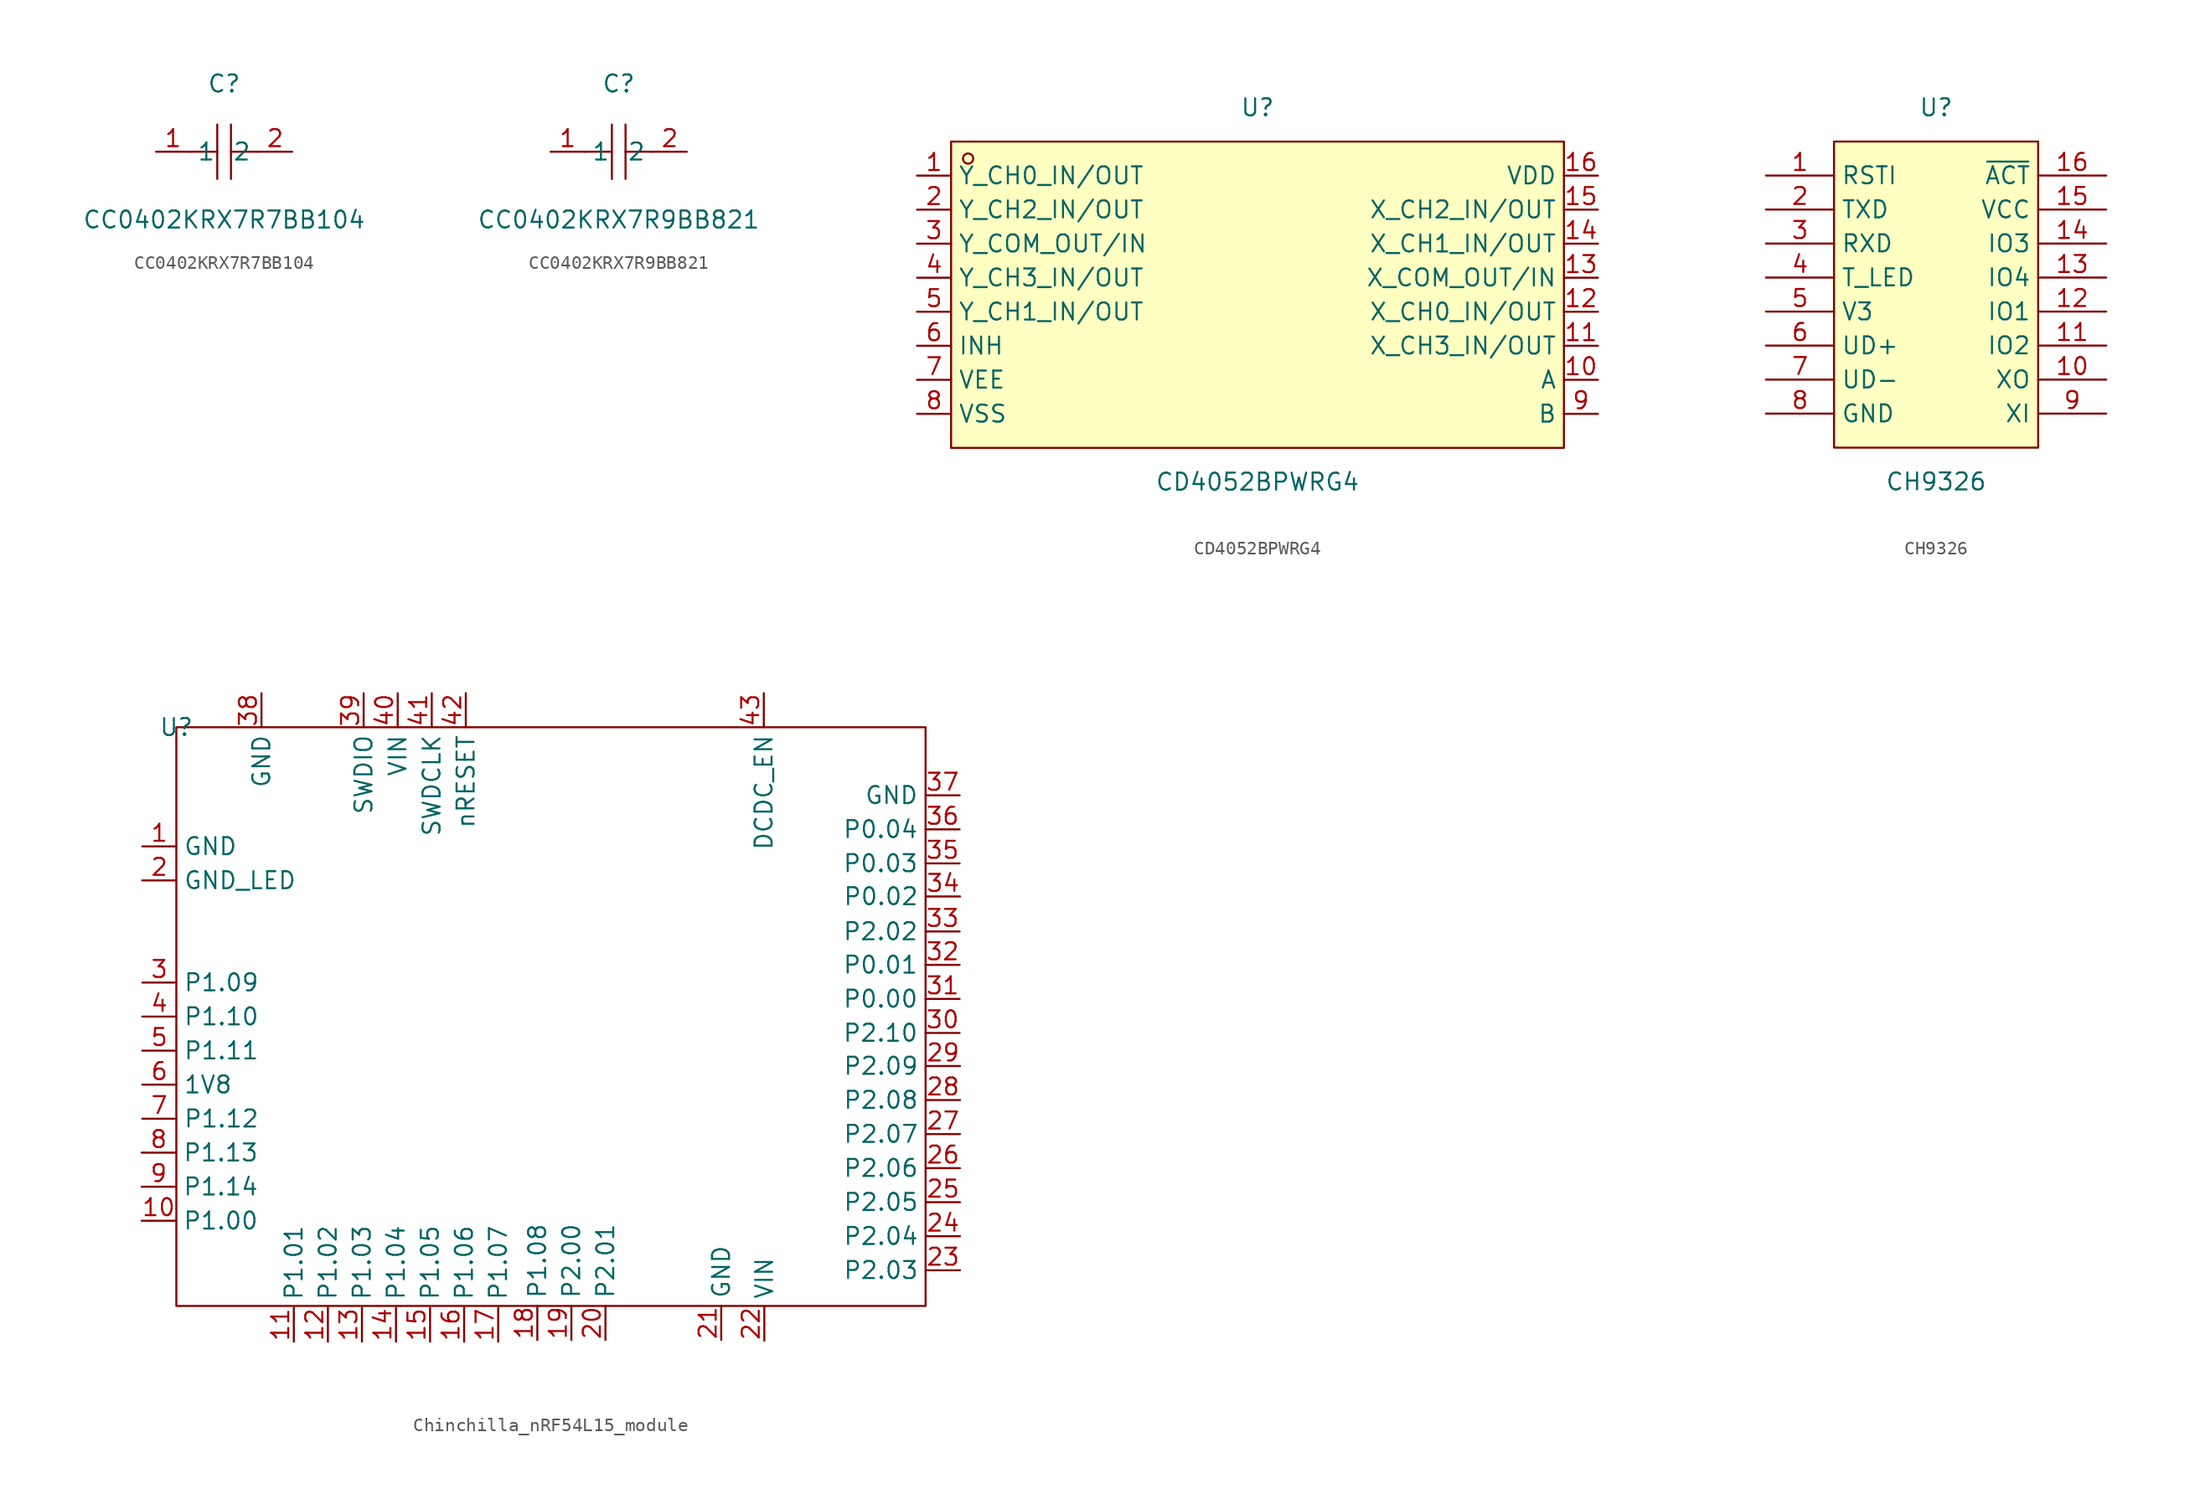
<source format=kicad_sym>
(kicad_symbol_lib
  (version 20241209)
  (generator "kicad_symbol_editor")
  (generator_version "9.0")
  (symbol "CC0402KRX7R7BB104"
    (property "Reference" "C"
      (at 0 5.08 0)
      (effects (font (size 1.27 1.27))))
    (property "Value" "CC0402KRX7R7BB104"
      (at 0 -5.08 0)
      (effects (font (size 1.27 1.27))))
    (symbol "CC0402KRX7R7BB104_0_1"
      (polyline (pts (xy -0.51 0) (xy -2.54 0)) (stroke (width 0) (type default)) (fill (type none)))
      (polyline (pts (xy -0.51 -2.03) (xy -0.51 2.03)) (stroke (width 0) (type default)) (fill (type none)))
      (polyline (pts (xy 0.51 2.03) (xy 0.51 -2.03)) (stroke (width 0) (type default)) (fill (type none)))
      (polyline (pts (xy 2.54 0) (xy 0.51 0)) (stroke (width 0) (type default)) (fill (type none)))
      (pin unspecified line (at -5.08 0 0) (length 2.54) (name "1" (effects (font (size 1.27 1.27)))) (number "1" (effects (font (size 1.27 1.27)))))
      (pin unspecified line (at 5.08 0 180) (length 2.54) (name "2" (effects (font (size 1.27 1.27)))) (number "2" (effects (font (size 1.27 1.27)))))))
  (symbol "CC0402KRX7R9BB821"
    (property "Reference" "C"
      (at 0 5.08 0)
      (effects (font (size 1.27 1.27))))
    (property "Value" "CC0402KRX7R9BB821"
      (at 0 -5.08 0)
      (effects (font (size 1.27 1.27))))
    (symbol "CC0402KRX7R9BB821_0_1"
      (polyline (pts (xy -0.51 0) (xy -2.54 0)) (stroke (width 0) (type default)) (fill (type none)))
      (polyline (pts (xy -0.51 -2.03) (xy -0.51 2.03)) (stroke (width 0) (type default)) (fill (type none)))
      (polyline (pts (xy 0.51 2.03) (xy 0.51 -2.03)) (stroke (width 0) (type default)) (fill (type none)))
      (polyline (pts (xy 2.54 0) (xy 0.51 0)) (stroke (width 0) (type default)) (fill (type none)))
      (pin unspecified line (at -5.08 0 0) (length 2.54) (name "1" (effects (font (size 1.27 1.27)))) (number "1" (effects (font (size 1.27 1.27)))))
      (pin unspecified line (at 5.08 0 180) (length 2.54) (name "2" (effects (font (size 1.27 1.27)))) (number "2" (effects (font (size 1.27 1.27)))))))
  (symbol "CD4052BPWRG4"
    (property "Reference" "U"
      (at 0 13.97 0)
      (effects (font (size 1.27 1.27))))
    (property "Value" "CD4052BPWRG4"
      (at 0 -13.97 0)
      (effects (font (size 1.27 1.27))))
    (symbol "CD4052BPWRG4_0_1"
      (rectangle (start -22.86 11.43) (end 22.86 -11.43) (stroke (width 0) (type default)) (fill (type background)))
      (circle (center -21.59 10.16) (radius 0.38) (stroke (width 0) (type default)) (fill (type none)))
      (pin unspecified line (at -25.4 8.89 0) (length 2.54) (name "Y_CH0_IN/OUT" (effects (font (size 1.27 1.27)))) (number "1" (effects (font (size 1.27 1.27)))))
      (pin unspecified line (at -25.4 6.35 0) (length 2.54) (name "Y_CH2_IN/OUT" (effects (font (size 1.27 1.27)))) (number "2" (effects (font (size 1.27 1.27)))))
      (pin unspecified line (at -25.4 3.81 0) (length 2.54) (name "Y_COM_OUT/IN" (effects (font (size 1.27 1.27)))) (number "3" (effects (font (size 1.27 1.27)))))
      (pin unspecified line (at -25.4 1.27 0) (length 2.54) (name "Y_CH3_IN/OUT" (effects (font (size 1.27 1.27)))) (number "4" (effects (font (size 1.27 1.27)))))
      (pin unspecified line (at -25.4 -1.27 0) (length 2.54) (name "Y_CH1_IN/OUT" (effects (font (size 1.27 1.27)))) (number "5" (effects (font (size 1.27 1.27)))))
      (pin unspecified line (at -25.4 -3.81 0) (length 2.54) (name "INH" (effects (font (size 1.27 1.27)))) (number "6" (effects (font (size 1.27 1.27)))))
      (pin unspecified line (at -25.4 -6.35 0) (length 2.54) (name "VEE" (effects (font (size 1.27 1.27)))) (number "7" (effects (font (size 1.27 1.27)))))
      (pin unspecified line (at -25.4 -8.89 0) (length 2.54) (name "VSS" (effects (font (size 1.27 1.27)))) (number "8" (effects (font (size 1.27 1.27)))))
      (pin unspecified line (at 25.4 8.89 180) (length 2.54) (name "VDD" (effects (font (size 1.27 1.27)))) (number "16" (effects (font (size 1.27 1.27)))))
      (pin unspecified line (at 25.4 6.35 180) (length 2.54) (name "X_CH2_IN/OUT" (effects (font (size 1.27 1.27)))) (number "15" (effects (font (size 1.27 1.27)))))
      (pin unspecified line (at 25.4 3.81 180) (length 2.54) (name "X_CH1_IN/OUT" (effects (font (size 1.27 1.27)))) (number "14" (effects (font (size 1.27 1.27)))))
      (pin unspecified line (at 25.4 1.27 180) (length 2.54) (name "X_COM_OUT/IN" (effects (font (size 1.27 1.27)))) (number "13" (effects (font (size 1.27 1.27)))))
      (pin unspecified line (at 25.4 -1.27 180) (length 2.54) (name "X_CH0_IN/OUT" (effects (font (size 1.27 1.27)))) (number "12" (effects (font (size 1.27 1.27)))))
      (pin unspecified line (at 25.4 -3.81 180) (length 2.54) (name "X_CH3_IN/OUT" (effects (font (size 1.27 1.27)))) (number "11" (effects (font (size 1.27 1.27)))))
      (pin unspecified line (at 25.4 -6.35 180) (length 2.54) (name "A" (effects (font (size 1.27 1.27)))) (number "10" (effects (font (size 1.27 1.27)))))
      (pin unspecified line (at 25.4 -8.89 180) (length 2.54) (name "B" (effects (font (size 1.27 1.27)))) (number "9" (effects (font (size 1.27 1.27)))))))
  (symbol "CH9326"
    (property "Reference" "U"
      (at 0 13.97 0)
      (effects (font (size 1.27 1.27))))
    (property "Value" "CH9326"
      (at 0 -13.97 0)
      (effects (font (size 1.27 1.27))))
    (symbol "CH9326_0_1"
      (rectangle (start -7.62 11.43) (end 7.62 -11.43) (stroke (width 0) (type default)) (fill (type background)))
      (pin unspecified line (at -12.7 8.89 0) (length 5.08) (name "RSTI" (effects (font (size 1.27 1.27)))) (number "1" (effects (font (size 1.27 1.27)))))
      (pin unspecified line (at -12.7 6.35 0) (length 5.08) (name "TXD" (effects (font (size 1.27 1.27)))) (number "2" (effects (font (size 1.27 1.27)))))
      (pin unspecified line (at -12.7 3.81 0) (length 5.08) (name "RXD" (effects (font (size 1.27 1.27)))) (number "3" (effects (font (size 1.27 1.27)))))
      (pin unspecified line (at -12.7 1.27 0) (length 5.08) (name "T_LED" (effects (font (size 1.27 1.27)))) (number "4" (effects (font (size 1.27 1.27)))))
      (pin unspecified line (at -12.7 -1.27 0) (length 5.08) (name "V3" (effects (font (size 1.27 1.27)))) (number "5" (effects (font (size 1.27 1.27)))))
      (pin unspecified line (at -12.7 -3.81 0) (length 5.08) (name "UD+" (effects (font (size 1.27 1.27)))) (number "6" (effects (font (size 1.27 1.27)))))
      (pin unspecified line (at -12.7 -6.35 0) (length 5.08) (name "UD-" (effects (font (size 1.27 1.27)))) (number "7" (effects (font (size 1.27 1.27)))))
      (pin unspecified line (at -12.7 -8.89 0) (length 5.08) (name "GND" (effects (font (size 1.27 1.27)))) (number "8" (effects (font (size 1.27 1.27)))))
      (pin unspecified line (at 12.7 8.89 180) (length 5.08) (name "~{ACT}" (effects (font (size 1.27 1.27)))) (number "16" (effects (font (size 1.27 1.27)))))
      (pin unspecified line (at 12.7 6.35 180) (length 5.08) (name "VCC" (effects (font (size 1.27 1.27)))) (number "15" (effects (font (size 1.27 1.27)))))
      (pin unspecified line (at 12.7 3.81 180) (length 5.08) (name "IO3" (effects (font (size 1.27 1.27)))) (number "14" (effects (font (size 1.27 1.27)))))
      (pin unspecified line (at 12.7 1.27 180) (length 5.08) (name "IO4" (effects (font (size 1.27 1.27)))) (number "13" (effects (font (size 1.27 1.27)))))
      (pin unspecified line (at 12.7 -1.27 180) (length 5.08) (name "IO1" (effects (font (size 1.27 1.27)))) (number "12" (effects (font (size 1.27 1.27)))))
      (pin unspecified line (at 12.7 -3.81 180) (length 5.08) (name "IO2" (effects (font (size 1.27 1.27)))) (number "11" (effects (font (size 1.27 1.27)))))
      (pin unspecified line (at 12.7 -6.35 180) (length 5.08) (name "XO" (effects (font (size 1.27 1.27)))) (number "10" (effects (font (size 1.27 1.27)))))
      (pin unspecified line (at 12.7 -8.89 180) (length 5.08) (name "XI" (effects (font (size 1.27 1.27)))) (number "9" (effects (font (size 1.27 1.27)))))))
  (symbol "Chinchilla_nRF54L15_module"
    (property "Reference" "U"
      (at 0 0 0)
      (effects (font (size 1.27 1.27))))
    (property "Value" ""
      (at 0 0 0)
      (effects (font (size 1.27 1.27))))
    (symbol "Chinchilla_nRF54L15_module_0_1"
      (rectangle (start 0 0) (end 55.88 -43.18) (stroke (width 0) (type default)) (fill (type none))))
    (symbol "Chinchilla_nRF54L15_module_1_1"
      (pin bidirectional line (at -2.587 -31.744 0) (length 2.54) (name "P1.13" (effects (font (size 1.27 1.27)))) (number "8" (effects (font (size 1.27 1.27)))))
      (pin bidirectional line (at -2.587 -34.284 0) (length 2.54) (name "P1.14" (effects (font (size 1.27 1.27)))) (number "9" (effects (font (size 1.27 1.27)))))
      (pin bidirectional line (at -2.587 -36.824 0) (length 2.54) (name "P1.00" (effects (font (size 1.27 1.27)))) (number "10" (effects (font (size 1.27 1.27)))))
      (pin power_in line (at -2.54 -8.89 0) (length 2.54) (name "GND" (effects (font (size 1.27 1.27)))) (number "1" (effects (font (size 1.27 1.27)))))
      (pin power_in line (at -2.54 -11.43 0) (length 2.54) (name "GND_LED" (effects (font (size 1.27 1.27)))) (number "2" (effects (font (size 1.27 1.27)))))
      (pin bidirectional line (at -2.54 -19.05 0) (length 2.54) (name "P1.09" (effects (font (size 1.27 1.27)))) (number "3" (effects (font (size 1.27 1.27)))))
      (pin bidirectional line (at -2.54 -21.59 0) (length 2.54) (name "P1.10" (effects (font (size 1.27 1.27)))) (number "4" (effects (font (size 1.27 1.27)))))
      (pin bidirectional line (at -2.54 -24.13 0) (length 2.54) (name "P1.11" (effects (font (size 1.27 1.27)))) (number "5" (effects (font (size 1.27 1.27)))))
      (pin power_in line (at -2.54 -26.67 0) (length 2.54) (name "1V8" (effects (font (size 1.27 1.27)))) (number "6" (effects (font (size 1.27 1.27)))))
      (pin bidirectional line (at -2.54 -29.21 0) (length 2.54) (name "P1.12" (effects (font (size 1.27 1.27)))) (number "7" (effects (font (size 1.27 1.27)))))
      (pin power_in line (at 6.35 2.54 270) (length 2.54) (name "GND" (effects (font (size 1.27 1.27)))) (number "38" (effects (font (size 1.27 1.27)))))
      (pin bidirectional line (at 8.763 -45.847 90) (length 2.54) (name "P1.01" (effects (font (size 1.27 1.27)))) (number "11" (effects (font (size 1.27 1.27)))))
      (pin bidirectional line (at 11.303 -45.847 90) (length 2.54) (name "P1.02" (effects (font (size 1.27 1.27)))) (number "12" (effects (font (size 1.27 1.27)))))
      (pin bidirectional line (at 13.843 -45.847 90) (length 2.54) (name "P1.03" (effects (font (size 1.27 1.27)))) (number "13" (effects (font (size 1.27 1.27)))))
      (pin bidirectional line (at 13.97 2.54 270) (length 2.54) (name "SWDIO" (effects (font (size 1.27 1.27)))) (number "39" (effects (font (size 1.27 1.27)))))
      (pin bidirectional line (at 16.383 -45.847 90) (length 2.54) (name "P1.04" (effects (font (size 1.27 1.27)))) (number "14" (effects (font (size 1.27 1.27)))))
      (pin power_in line (at 16.51 2.54 270) (length 2.54) (name "VIN" (effects (font (size 1.27 1.27)))) (number "40" (effects (font (size 1.27 1.27)))))
      (pin bidirectional line (at 18.923 -45.847 90) (length 2.54) (name "P1.05" (effects (font (size 1.27 1.27)))) (number "15" (effects (font (size 1.27 1.27)))))
      (pin input line (at 19.05 2.54 270) (length 2.54) (name "SWDCLK" (effects (font (size 1.27 1.27)))) (number "41" (effects (font (size 1.27 1.27)))))
      (pin bidirectional line (at 21.463 -45.847 90) (length 2.54) (name "P1.06" (effects (font (size 1.27 1.27)))) (number "16" (effects (font (size 1.27 1.27)))))
      (pin bidirectional line (at 21.59 2.54 270) (length 2.54) (name "nRESET" (effects (font (size 1.27 1.27)))) (number "42" (effects (font (size 1.27 1.27)))))
      (pin bidirectional line (at 24.003 -45.847 90) (length 2.54) (name "P1.07" (effects (font (size 1.27 1.27)))) (number "17" (effects (font (size 1.27 1.27)))))
      (pin bidirectional line (at 26.924 -45.72 90) (length 2.54) (name "P1.08" (effects (font (size 1.27 1.27)))) (number "18" (effects (font (size 1.27 1.27)))))
      (pin bidirectional line (at 29.464 -45.72 90) (length 2.54) (name "P2.00" (effects (font (size 1.27 1.27)))) (number "19" (effects (font (size 1.27 1.27)))))
      (pin bidirectional line (at 32.004 -45.72 90) (length 2.54) (name "P2.01" (effects (font (size 1.27 1.27)))) (number "20" (effects (font (size 1.27 1.27)))))
      (pin power_in line (at 40.64 -45.72 90) (length 2.54) (name "GND" (effects (font (size 1.27 1.27)))) (number "21" (effects (font (size 1.27 1.27)))))
      (pin input line (at 43.815 2.54 270) (length 2.54) (name "DCDC_EN" (effects (font (size 1.27 1.27)))) (number "43" (effects (font (size 1.27 1.27)))))
      (pin power_in line (at 43.854 -45.771 90) (length 2.54) (name "VIN" (effects (font (size 1.27 1.27)))) (number "22" (effects (font (size 1.27 1.27)))))
      (pin bidirectional line (at 58.42 -17.731 180) (length 2.54) (name "P0.01" (effects (font (size 1.27 1.27)))) (number "32" (effects (font (size 1.27 1.27)))))
      (pin bidirectional line (at 58.42 -20.271 180) (length 2.54) (name "P0.00" (effects (font (size 1.27 1.27)))) (number "31" (effects (font (size 1.27 1.27)))))
      (pin bidirectional line (at 58.42 -22.811 180) (length 2.54) (name "P2.10" (effects (font (size 1.27 1.27)))) (number "30" (effects (font (size 1.27 1.27)))))
      (pin power_in line (at 58.42 -5.08 180) (length 2.54) (name "GND" (effects (font (size 1.27 1.27)))) (number "37" (effects (font (size 1.27 1.27)))))
      (pin bidirectional line (at 58.42 -7.62 180) (length 2.54) (name "P0.04" (effects (font (size 1.27 1.27)))) (number "36" (effects (font (size 1.27 1.27)))))
      (pin bidirectional line (at 58.42 -10.16 180) (length 2.54) (name "P0.03" (effects (font (size 1.27 1.27)))) (number "35" (effects (font (size 1.27 1.27)))))
      (pin bidirectional line (at 58.42 -15.24 180) (length 2.54) (name "P2.02" (effects (font (size 1.27 1.27)))) (number "33" (effects (font (size 1.27 1.27)))))
      (pin bidirectional line (at 58.45 -25.278 180) (length 2.54) (name "P2.09" (effects (font (size 1.27 1.27)))) (number "29" (effects (font (size 1.27 1.27)))))
      (pin bidirectional line (at 58.45 -27.818 180) (length 2.54) (name "P2.08" (effects (font (size 1.27 1.27)))) (number "28" (effects (font (size 1.27 1.27)))))
      (pin bidirectional line (at 58.45 -30.358 180) (length 2.54) (name "P2.07" (effects (font (size 1.27 1.27)))) (number "27" (effects (font (size 1.27 1.27)))))
      (pin bidirectional line (at 58.45 -32.898 180) (length 2.54) (name "P2.06" (effects (font (size 1.27 1.27)))) (number "26" (effects (font (size 1.27 1.27)))))
      (pin bidirectional line (at 58.45 -35.438 180) (length 2.54) (name "P2.05" (effects (font (size 1.27 1.27)))) (number "25" (effects (font (size 1.27 1.27)))))
      (pin bidirectional line (at 58.45 -37.978 180) (length 2.54) (name "P2.04" (effects (font (size 1.27 1.27)))) (number "24" (effects (font (size 1.27 1.27)))))
      (pin bidirectional line (at 58.45 -40.518 180) (length 2.54) (name "P2.03" (effects (font (size 1.27 1.27)))) (number "23" (effects (font (size 1.27 1.27)))))
      (pin bidirectional line (at 58.45 -12.627 180) (length 2.54) (name "P0.02" (effects (font (size 1.27 1.27)))) (number "34" (effects (font (size 1.27 1.27))))))))
</source>
